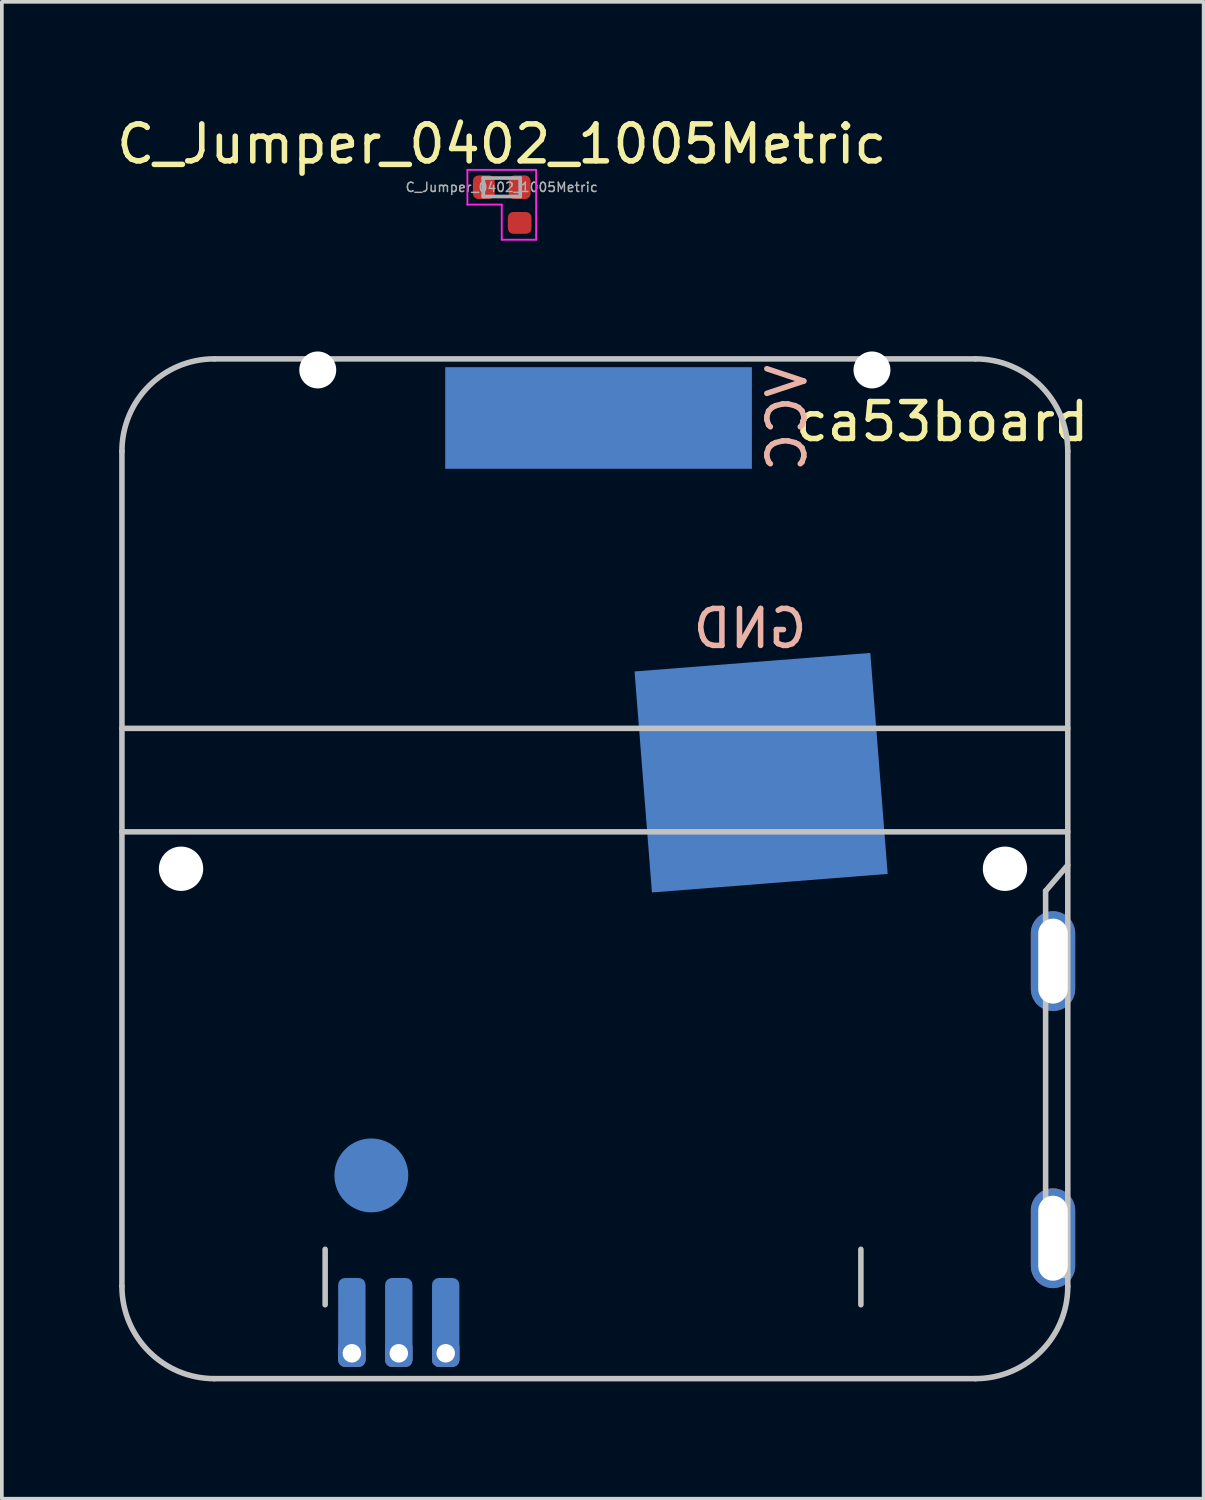
<source format=kicad_pcb>
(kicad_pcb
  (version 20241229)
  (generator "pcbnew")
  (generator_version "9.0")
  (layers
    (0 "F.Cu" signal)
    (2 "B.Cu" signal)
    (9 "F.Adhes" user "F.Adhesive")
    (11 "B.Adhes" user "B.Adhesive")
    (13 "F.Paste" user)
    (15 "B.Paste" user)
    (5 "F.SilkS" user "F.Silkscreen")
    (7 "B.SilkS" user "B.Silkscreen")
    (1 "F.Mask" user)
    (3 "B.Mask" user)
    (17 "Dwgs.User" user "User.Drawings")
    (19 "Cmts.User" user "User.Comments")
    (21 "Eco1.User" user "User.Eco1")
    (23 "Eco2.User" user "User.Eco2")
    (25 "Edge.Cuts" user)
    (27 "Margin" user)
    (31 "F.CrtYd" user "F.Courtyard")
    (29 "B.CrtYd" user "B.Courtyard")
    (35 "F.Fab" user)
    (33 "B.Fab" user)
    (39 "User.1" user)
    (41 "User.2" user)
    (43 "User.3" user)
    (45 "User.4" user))
  (footprint "C_Jumper_0402_1005Metric"
    (layer "F.Cu")
    (at 10.53 2.018)
    (property "Reference" "C_Jumper_0402_1005Metric" (at 0 -1.17 0) (layer "F.SilkS") (effects (font (size 1 1) (thickness 0.15))))
    (attr smd)
    (fp_line (start -0.93 -0.47) (end 0.93 -0.47) (stroke (width 0.05) (type solid)) (layer "F.CrtYd"))
    (fp_line (start -0.93 0.47) (end -0.93 -0.47) (stroke (width 0.05) (type solid)) (layer "F.CrtYd"))
    (fp_line (start 0 0.47) (end -0.93 0.47) (stroke (width 0.05) (type solid)) (layer "F.CrtYd"))
    (fp_line (start 0 1.42) (end 0 0.47) (stroke (width 0.05) (type solid)) (layer "F.CrtYd"))
    (fp_line (start 0.93 -0.47) (end 0.93 1.42) (stroke (width 0.05) (type solid)) (layer "F.CrtYd"))
    (fp_line (start 0.93 1.42) (end 0 1.42) (stroke (width 0.05) (type solid)) (layer "F.CrtYd"))
    (fp_line (start -0.5 -0.25) (end 0.5 -0.25) (stroke (width 0.1) (type solid)) (layer "F.Fab"))
    (fp_line (start -0.5 0.25) (end -0.5 -0.25) (stroke (width 0.1) (type solid)) (layer "F.Fab"))
    (fp_line (start 0.5 -0.25) (end 0.5 0.25) (stroke (width 0.1) (type solid)) (layer "F.Fab"))
    (fp_line (start 0.5 0.25) (end -0.5 0.25) (stroke (width 0.1) (type solid)) (layer "F.Fab"))
    (fp_text user "${REFERENCE}" (at 0 0 0) (layer "F.Fab") (effects (font (size 0.25 0.25) (thickness 0.04))))
    (pad "1" smd roundrect (at 0.485 0) (size 0.59 0.64) (layers "F.Cu" "F.Mask" "F.Paste") (roundrect_rratio 0.25))
    (pad "2" smd roundrect (at -0.485 0) (size 0.59 0.64) (layers "F.Cu" "F.Mask" "F.Paste") (roundrect_rratio 0.25))
    (pad "3" smd roundrect (at 0.485 0.965) (size 0.64 0.59) (layers "F.Cu" "F.Mask") (roundrect_rratio 0.25)))
  (footprint "ca53board"
    (layer "F.Cu")
    (at 0.25 34.263)
    (property "Reference" "ca53board" (at 22.2 -25.9 0) (layer "F.SilkS") (effects (font (size 1 1) (thickness 0.15))))
    (attr through_hole)
    (fp_line (start 0 -25.1) (end 0 -2.5) (stroke (width 0.15) (type solid)) (layer "Dwgs.User"))
    (fp_line (start 0 -17.6) (end 25.6 -17.6) (stroke (width 0.15) (type solid)) (layer "Dwgs.User"))
    (fp_line (start 0 -14.8) (end 25.6 -14.8) (stroke (width 0.15) (type solid)) (layer "Dwgs.User"))
    (fp_line (start 2.5 0) (end 23.1 0) (stroke (width 0.15) (type solid)) (layer "Dwgs.User"))
    (fp_line (start 5.5 -2) (end 5.5 -3.5) (stroke (width 0.15) (type solid)) (layer "Dwgs.User"))
    (fp_line (start 20 -2) (end 20 -3.5) (stroke (width 0.15) (type solid)) (layer "Dwgs.User"))
    (fp_line (start 23.1 -27.6) (end 2.5 -27.6) (stroke (width 0.15) (type solid)) (layer "Dwgs.User"))
    (fp_line (start 25 -13.2) (end 25.6 -13.9) (stroke (width 0.15) (type solid)) (layer "Dwgs.User"))
    (fp_line (start 25 -2.8) (end 25 -13.2) (stroke (width 0.15) (type solid)) (layer "Dwgs.User"))
    (fp_line (start 25.6 -2.8) (end 25 -2.8) (stroke (width 0.15) (type solid)) (layer "Dwgs.User"))
    (fp_line (start 25.6 -2.5) (end 25.6 -25.1) (stroke (width 0.15) (type solid)) (layer "Dwgs.User"))
    (fp_arc (start 0 -25.1) (mid 0.732233 -26.867767) (end 2.5 -27.6) (stroke (width 0.15) (type solid)) (layer "Dwgs.User"))
    (fp_arc (start 2.5 0) (mid 0.732233 -0.732233) (end 0 -2.5) (stroke (width 0.15) (type solid)) (layer "Dwgs.User"))
    (fp_arc (start 23.1 -27.6) (mid 24.867767 -26.867767) (end 25.6 -25.1) (stroke (width 0.15) (type solid)) (layer "Dwgs.User"))
    (fp_arc (start 25.6 -2.5) (mid 24.867767 -0.732233) (end 23.1 0) (stroke (width 0.15) (type solid)) (layer "Dwgs.User"))
    (fp_line (start 0.89 -12.409) (end 0.89 -10.409) (stroke (width 0.15) (type solid)) (layer "Eco1.User"))
    (fp_line (start 0.89 -7.409) (end 0.89 -2.509) (stroke (width 0.15) (type solid)) (layer "Eco1.User"))
    (fp_line (start 1.59 -10.409) (end 0.89 -10.409) (stroke (width 0.15) (type solid)) (layer "Eco1.User"))
    (fp_line (start 1.59 -7.409) (end 0.89 -7.409) (stroke (width 0.15) (type solid)) (layer "Eco1.User"))
    (fp_line (start 2.49 -0.909) (end 5.19 -0.909) (stroke (width 0.15) (type solid)) (layer "Eco1.User"))
    (fp_line (start 3.39 -14.909) (end 3.39 -12.409) (stroke (width 0.15) (type solid)) (layer "Eco1.User"))
    (fp_line (start 3.39 -12.409) (end 0.89 -12.409) (stroke (width 0.15) (type solid)) (layer "Eco1.User"))
    (fp_line (start 5.19 -4.609) (end 5.19 -0.909) (stroke (width 0.15) (type solid)) (layer "Eco1.User"))
    (fp_line (start 20.49 -4.609) (end 5.19 -4.609) (stroke (width 0.15) (type solid)) (layer "Eco1.User"))
    (fp_line (start 20.49 -0.909) (end 20.49 -4.609) (stroke (width 0.15) (type solid)) (layer "Eco1.User"))
    (fp_line (start 20.49 -0.909) (end 22.99 -0.909) (stroke (width 0.15) (type solid)) (layer "Eco1.User"))
    (fp_line (start 22.99 -14.909) (end 3.39 -14.909) (stroke (width 0.15) (type solid)) (layer "Eco1.User"))
    (fp_line (start 22.99 -0.909) (end 22.99 -14.909) (stroke (width 0.15) (type solid)) (layer "Eco1.User"))
    (fp_arc (start 1.590454 -10.408678) (mid 3.090454 -8.908678) (end 1.590454 -7.408678) (stroke (width 0.15) (type solid)) (layer "Eco1.User"))
    (fp_arc (start 2.490454 -0.908678) (mid 1.359083 -1.377307) (end 0.890454 -2.508678) (stroke (width 0.15) (type solid)) (layer "Eco1.User"))
    (fp_circle (center 1.59 -8.909) (end 1.14 -8.909) (stroke (width 0.15) (type solid)) (fill no) (layer "Eco1.User"))
    (fp_text user "GND" (at 17 -20.3 0) (layer "B.SilkS") (effects (font (size 1 1) (thickness 0.15)) (justify mirror)))
    (fp_text user "VCC" (at 18 -26 270) (layer "B.SilkS") (effects (font (size 1 1) (thickness 0.15)) (justify mirror)))
    (pad "" np_thru_hole circle (at 1.6 -13.8) (size 1.2 1.2) (drill 1.2) (layers "*.Cu" "*.Mask"))
    (pad "" np_thru_hole circle (at 5.3 -27.3) (size 1 1) (drill 1) (layers "*.Cu" "*.Mask"))
    (pad "" np_thru_hole circle (at 20.3 -27.3) (size 1 1) (drill 1) (layers "*.Cu" "*.Mask"))
    (pad "" np_thru_hole circle (at 23.9 -13.8) (size 1.2 1.2) (drill 1.2) (layers "*.Cu" "*.Mask"))
    (pad "1" connect rect (at 12.9 -26) (size 8.3 2.75) (layers "B.Cu" "B.Mask"))
    (pad "2" connect rect (at 17.3 -16.4 4.5) (size 6.4 6) (layers "B.Cu" "B.Mask"))
    (pad "3" thru_hole oval (at 25.2 -11.3) (size 1.2 2.7) (drill oval 0.8 2.3) (layers "*.Cu" "*.Mask"))
    (pad "4" thru_hole oval (at 25.2 -3.8) (size 1.2 2.7) (drill oval 0.8 2.3) (layers "*.Cu" "*.Mask"))
    (pad "5" smd roundrect (at 6.223 -1.524) (size 0.74 2.4) (layers "B.Cu" "B.Mask") (roundrect_rratio 0.25))
    (pad "5" thru_hole roundrect (at 6.223 -0.686) (size 0.74 0.74) (drill 0.5) (layers "*.Cu" "*.Mask") (roundrect_rratio 0.25))
    (pad "6" smd roundrect (at 7.493 -1.524) (size 0.74 2.4) (layers "B.Cu" "B.Mask") (roundrect_rratio 0.25))
    (pad "6" thru_hole roundrect (at 7.493 -0.686) (size 0.74 0.74) (drill 0.5) (layers "*.Cu" "*.Mask") (roundrect_rratio 0.25))
    (pad "7" smd roundrect (at 8.763 -1.524) (size 0.74 2.4) (layers "B.Cu" "B.Mask") (roundrect_rratio 0.25))
    (pad "7" thru_hole roundrect (at 8.763 -0.686) (size 0.74 0.74) (drill 0.5) (layers "*.Cu" "*.Mask") (roundrect_rratio 0.25))
    (pad "8" smd circle (at 6.75 -5.5) (size 2 2) (layers "B.Cu" "B.Mask")))
  (gr_rect
    (start -3 -3)
    (end 29.527 37.513)
    (stroke (width 0.1) (type default))
    (fill no)
    (layer "Edge.Cuts")))
</source>
